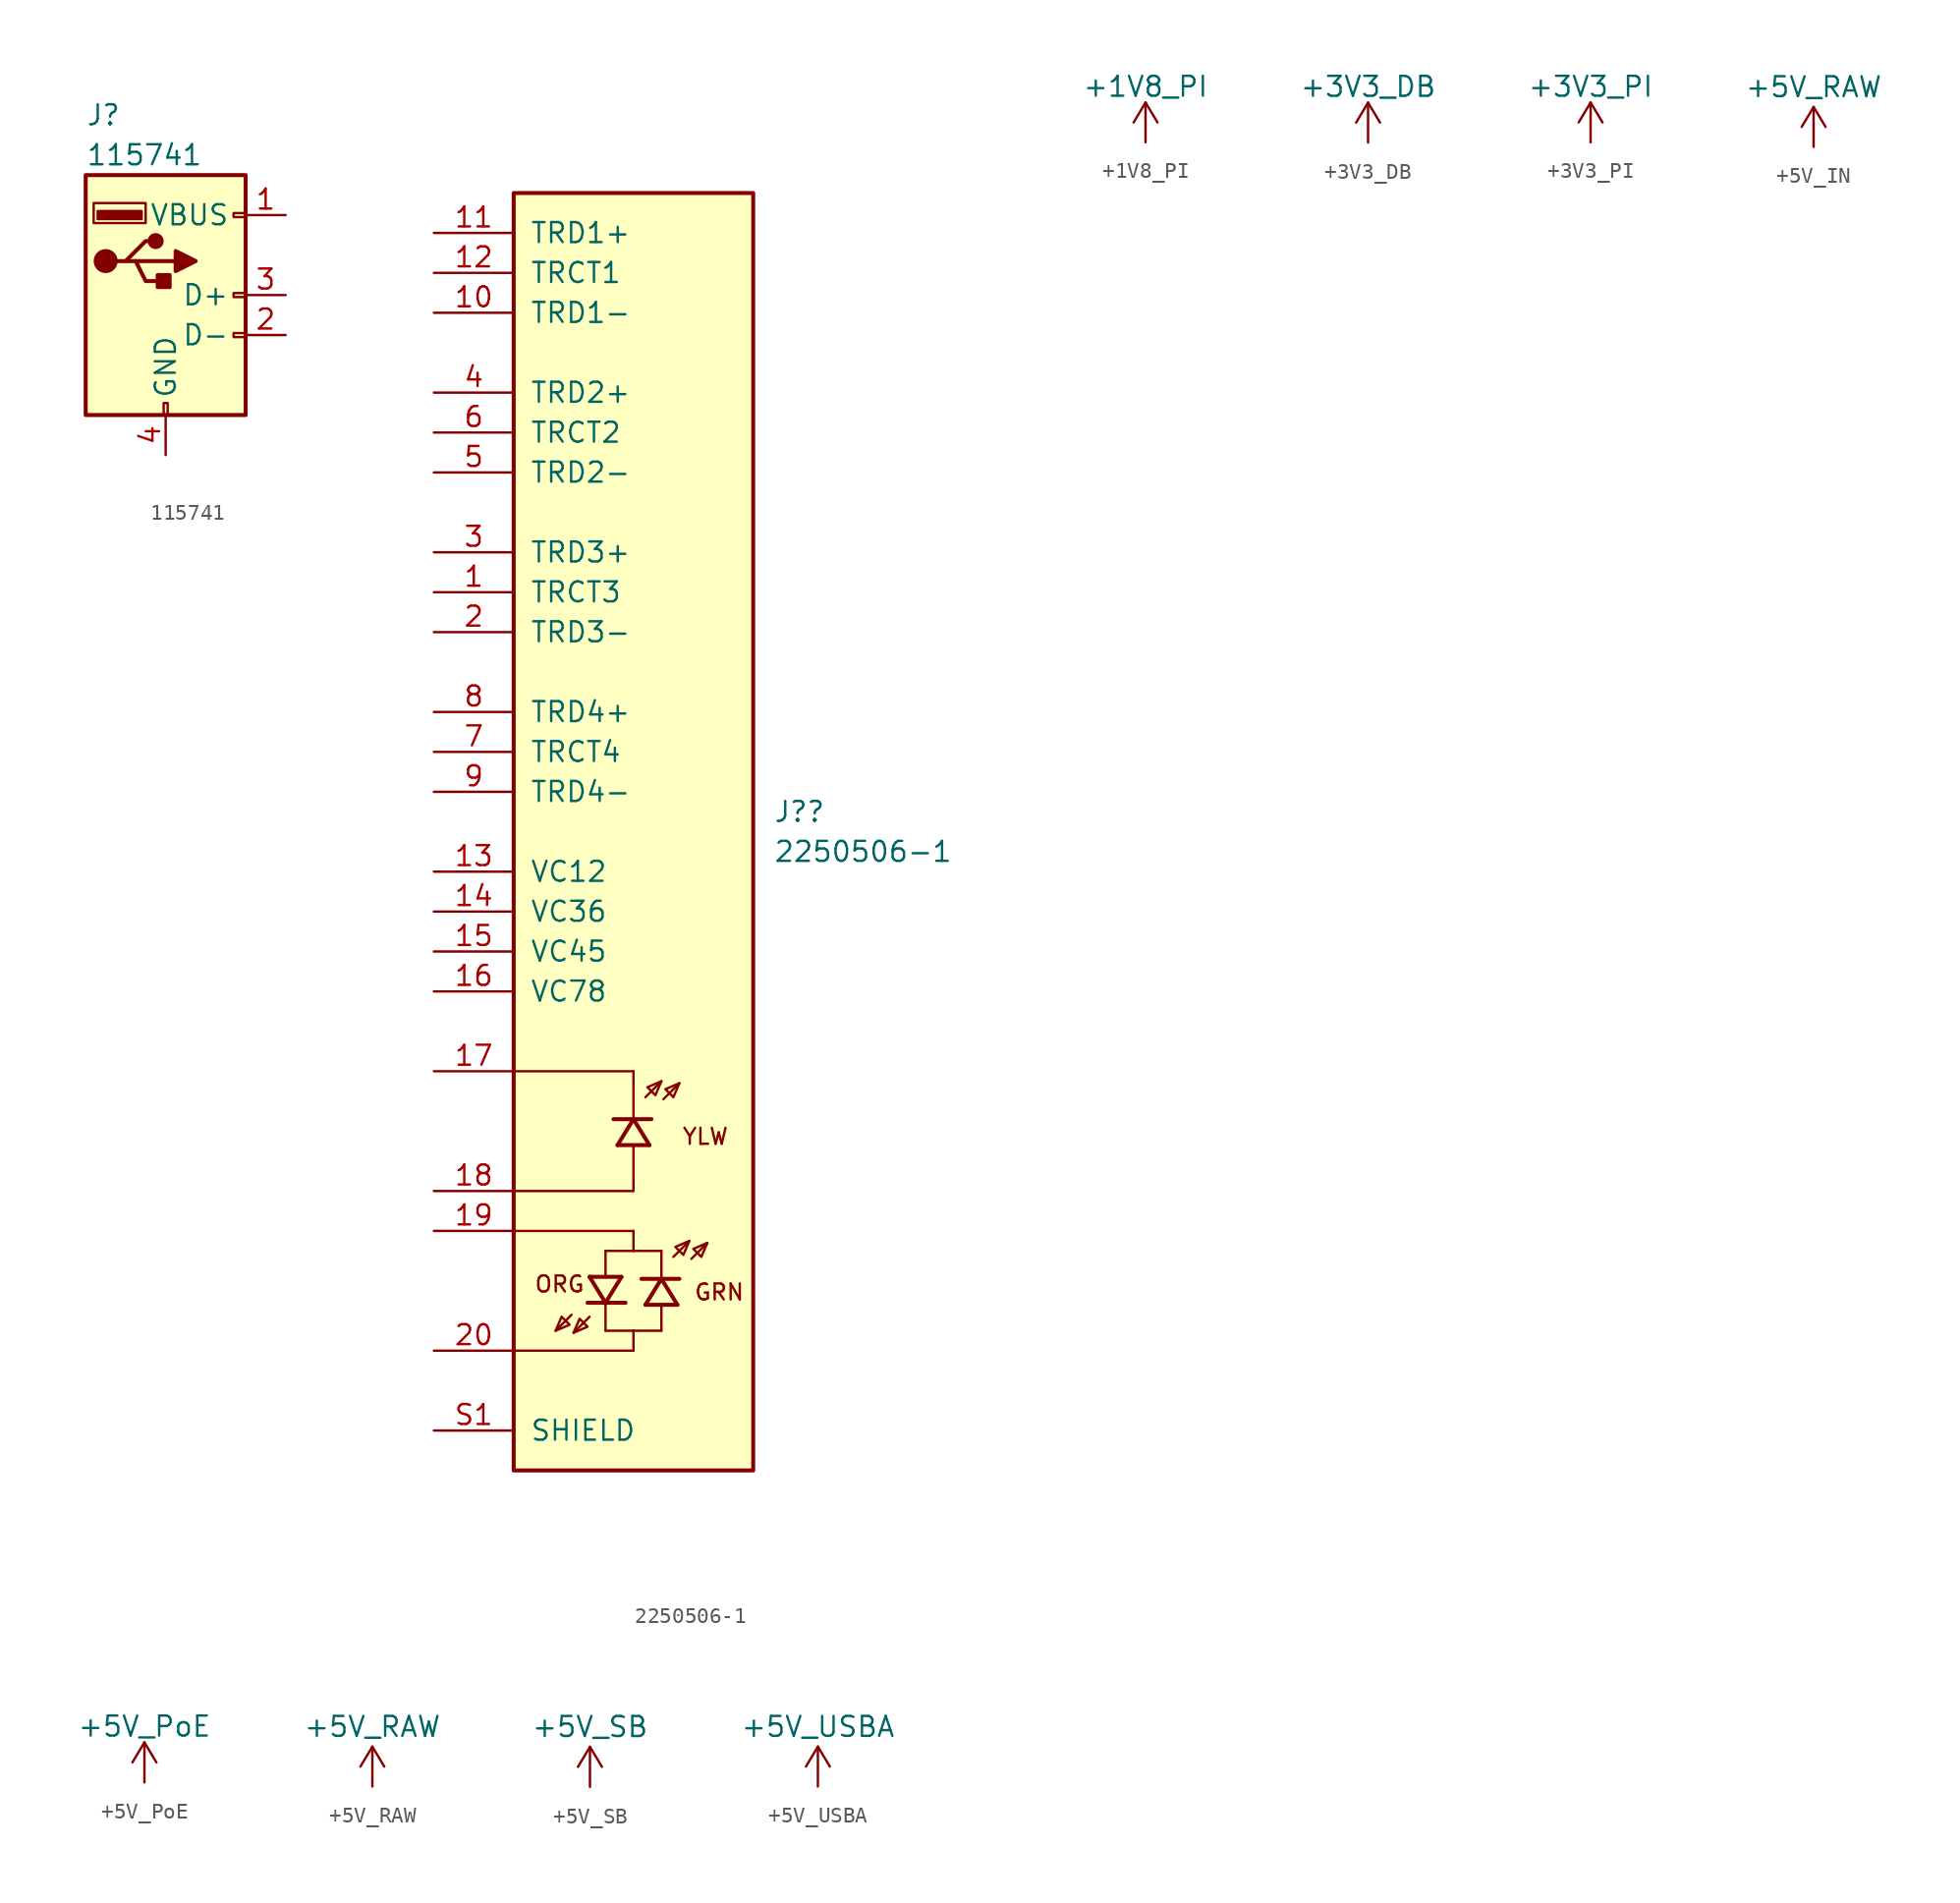
<source format=kicad_sym>
(kicad_symbol_lib
  (version 20220914)
  (generator kicad_symbol_editor)
  (symbol "115741"
    (pin_names
      (offset 1.016))
    (property "Reference" "J"
      (at -5.08 11.43 0)
      (effects (font (size 1.27 1.27)) (justify left)))
    (property "Value" "115741"
      (at -5.08 8.89 0)
      (effects (font (size 1.27 1.27)) (justify left)))
    (symbol "115741_0_1"
      (rectangle (start -5.08 -7.62) (end 5.08 7.62) (stroke (width 0.254) (type default)) (fill (type background)))
      (circle (center -3.81 2.159) (radius 0.635) (stroke (width 0.254) (type default)) (fill (type outline)))
      (rectangle (start -1.524 4.826) (end -4.318 5.334) (stroke (width 0) (type default)) (fill (type outline)))
      (rectangle (start -1.27 4.572) (end -4.572 5.842) (stroke (width 0) (type default)) (fill (type none)))
      (circle (center -0.635 3.429) (radius 0.381) (stroke (width 0.254) (type default)) (fill (type outline)))
      (rectangle (start -0.127 -7.62) (end 0.127 -6.858) (stroke (width 0) (type default)) (fill (type none)))
      (polyline (pts (xy -3.175 2.159) (xy -2.54 2.159) (xy -1.27 3.429) (xy -0.635 3.429)) (stroke (width 0.254) (type default)) (fill (type none)))
      (polyline (pts (xy -2.54 2.159) (xy -1.905 2.159) (xy -1.27 0.889) (xy 0 0.889)) (stroke (width 0.254) (type default)) (fill (type none)))
      (polyline (pts (xy 0.635 2.794) (xy 0.635 1.524) (xy 1.905 2.159) (xy 0.635 2.794)) (stroke (width 0.254) (type default)) (fill (type outline)))
      (rectangle (start 0.254 1.27) (end -0.508 0.508) (stroke (width 0.254) (type default)) (fill (type outline)))
      (rectangle (start 5.08 -2.667) (end 4.318 -2.413) (stroke (width 0) (type default)) (fill (type none)))
      (rectangle (start 5.08 -0.127) (end 4.318 0.127) (stroke (width 0) (type default)) (fill (type none)))
      (rectangle (start 5.08 4.953) (end 4.318 5.207) (stroke (width 0) (type default)) (fill (type none))))
    (symbol "115741_1_1"
      (polyline (pts (xy -1.905 2.159) (xy 0.635 2.159)) (stroke (width 0.254) (type default)) (fill (type none)))
      (pin power_in line (at 7.62 5.08 180) (length 2.54) (name "VBUS" (effects (font (size 1.27 1.27)))) (number "1" (effects (font (size 1.27 1.27)))))
      (pin bidirectional line (at 7.62 -2.54 180) (length 2.54) (name "D-" (effects (font (size 1.27 1.27)))) (number "2" (effects (font (size 1.27 1.27)))))
      (pin bidirectional line (at 7.62 0 180) (length 2.54) (name "D+" (effects (font (size 1.27 1.27)))) (number "3" (effects (font (size 1.27 1.27)))))
      (pin power_in line (at 0 -10.16 90) (length 2.54) (name "GND" (effects (font (size 1.27 1.27)))) (number "4" (effects (font (size 1.27 1.27)))))))
  (symbol "2250506-1"
    (pin_names
      (offset 1.016))
    (property "Reference" "J?"
      (at 8.89 1.27 0)
      (effects (font (size 1.27 1.27)) (justify left)))
    (property "Value" "2250506-1"
      (at 8.89 -1.27 0)
      (effects (font (size 1.27 1.27)) (justify left)))
    (symbol "2250506-1_0_0"
      (rectangle (start -7.62 -40.64) (end 7.62 40.64) (stroke (width 0.254) (type default)) (fill (type background)))
      (polyline (pts (xy -3.937 -30.734) (xy -4.953 -31.75)) (stroke (width 0.152) (type default)) (fill (type none)))
      (polyline (pts (xy -2.921 -29.972) (xy -1.778 -29.972)) (stroke (width 0.254) (type default)) (fill (type none)))
      (polyline (pts (xy -2.794 -30.861) (xy -3.81 -31.877)) (stroke (width 0.152) (type default)) (fill (type none)))
      (polyline (pts (xy -2.794 -28.321) (xy -1.778 -29.972)) (stroke (width 0.254) (type default)) (fill (type none)))
      (polyline (pts (xy -2.794 -28.321) (xy -0.762 -28.321)) (stroke (width 0.254) (type default)) (fill (type none)))
      (polyline (pts (xy -1.778 -31.75) (xy 0 -31.75)) (stroke (width 0.152) (type default)) (fill (type none)))
      (polyline (pts (xy -1.778 -30.099) (xy -1.778 -31.75)) (stroke (width 0.152) (type default)) (fill (type none)))
      (polyline (pts (xy -1.778 -29.972) (xy -0.762 -28.321)) (stroke (width 0.254) (type default)) (fill (type none)))
      (polyline (pts (xy -1.778 -29.972) (xy -0.508 -29.972)) (stroke (width 0.254) (type default)) (fill (type none)))
      (polyline (pts (xy -1.778 -26.67) (xy -1.778 -28.194)) (stroke (width 0.152) (type default)) (fill (type none)))
      (polyline (pts (xy -1.778 -26.67) (xy 0 -26.67)) (stroke (width 0.152) (type default)) (fill (type none)))
      (polyline (pts (xy 0 -33.02) (xy -7.62 -33.02)) (stroke (width 0.152) (type default)) (fill (type none)))
      (polyline (pts (xy 0 -31.75) (xy 0 -33.02)) (stroke (width 0.152) (type default)) (fill (type none)))
      (polyline (pts (xy 0 -31.75) (xy 1.778 -31.75)) (stroke (width 0.152) (type default)) (fill (type none)))
      (polyline (pts (xy 0 -26.67) (xy 0 -25.4)) (stroke (width 0.152) (type default)) (fill (type none)))
      (polyline (pts (xy 0 -26.67) (xy 1.778 -26.67)) (stroke (width 0.152) (type default)) (fill (type none)))
      (polyline (pts (xy 0 -25.4) (xy -7.62 -25.4)) (stroke (width 0.152) (type default)) (fill (type none)))
      (polyline (pts (xy 0 -22.86) (xy -7.62 -22.86)) (stroke (width 0.152) (type default)) (fill (type none)))
      (polyline (pts (xy 0 -22.86) (xy 0 -20.066)) (stroke (width 0.152) (type default)) (fill (type none)))
      (polyline (pts (xy 0 -18.288) (xy -1.27 -18.288)) (stroke (width 0.254) (type default)) (fill (type none)))
      (polyline (pts (xy 0 -18.288) (xy -1.016 -19.939)) (stroke (width 0.254) (type default)) (fill (type none)))
      (polyline (pts (xy 0 -18.161) (xy 0 -15.24)) (stroke (width 0.152) (type default)) (fill (type none)))
      (polyline (pts (xy 0 -15.24) (xy -7.62 -15.24)) (stroke (width 0.152) (type default)) (fill (type none)))
      (polyline (pts (xy 0.762 -16.891) (xy 1.778 -15.875)) (stroke (width 0.152) (type default)) (fill (type none)))
      (polyline (pts (xy 1.016 -19.939) (xy -1.016 -19.939)) (stroke (width 0.254) (type default)) (fill (type none)))
      (polyline (pts (xy 1.016 -19.939) (xy 0 -18.288)) (stroke (width 0.254) (type default)) (fill (type none)))
      (polyline (pts (xy 1.143 -18.288) (xy 0 -18.288)) (stroke (width 0.254) (type default)) (fill (type none)))
      (polyline (pts (xy 1.778 -31.75) (xy 1.778 -30.226)) (stroke (width 0.152) (type default)) (fill (type none)))
      (polyline (pts (xy 1.778 -28.448) (xy 0.508 -28.448)) (stroke (width 0.254) (type default)) (fill (type none)))
      (polyline (pts (xy 1.778 -28.448) (xy 0.762 -30.099)) (stroke (width 0.254) (type default)) (fill (type none)))
      (polyline (pts (xy 1.778 -28.321) (xy 1.778 -26.67)) (stroke (width 0.152) (type default)) (fill (type none)))
      (polyline (pts (xy 1.905 -17.018) (xy 2.921 -16.002)) (stroke (width 0.152) (type default)) (fill (type none)))
      (polyline (pts (xy 2.54 -27.051) (xy 3.556 -26.035)) (stroke (width 0.152) (type default)) (fill (type none)))
      (polyline (pts (xy 2.794 -30.099) (xy 0.762 -30.099)) (stroke (width 0.254) (type default)) (fill (type none)))
      (polyline (pts (xy 2.794 -30.099) (xy 1.778 -28.448)) (stroke (width 0.254) (type default)) (fill (type none)))
      (polyline (pts (xy 2.921 -28.448) (xy 1.778 -28.448)) (stroke (width 0.254) (type default)) (fill (type none)))
      (polyline (pts (xy 3.683 -27.178) (xy 4.699 -26.162)) (stroke (width 0.152) (type default)) (fill (type none)))
      (polyline (pts (xy -4.953 -31.75) (xy -4.064 -31.369) (xy -4.572 -30.861) (xy -4.953 -31.75)) (stroke (width 0.152) (type default)) (fill (type background)))
      (polyline (pts (xy -3.81 -31.877) (xy -2.921 -31.496) (xy -3.429 -30.988) (xy -3.81 -31.877)) (stroke (width 0.152) (type default)) (fill (type background)))
      (polyline (pts (xy 1.778 -15.875) (xy 0.889 -16.256) (xy 1.397 -16.764) (xy 1.778 -15.875)) (stroke (width 0.152) (type default)) (fill (type background)))
      (polyline (pts (xy 2.921 -16.002) (xy 2.032 -16.383) (xy 2.54 -16.891) (xy 2.921 -16.002)) (stroke (width 0.152) (type default)) (fill (type background)))
      (polyline (pts (xy 3.556 -26.035) (xy 2.667 -26.416) (xy 3.175 -26.924) (xy 3.556 -26.035)) (stroke (width 0.152) (type default)) (fill (type background)))
      (polyline (pts (xy 4.699 -26.162) (xy 3.81 -26.543) (xy 4.318 -27.051) (xy 4.699 -26.162)) (stroke (width 0.152) (type default)) (fill (type background)))
      (text "GRN" (at 3.81 -28.702 0) (effects (font (size 1.016 1.016)) (justify left top)))
      (text "ORG" (at -6.35 -28.194 0) (effects (font (size 1.016 1.016)) (justify left top)))
      (text "YLW" (at 3.048 -18.796 0) (effects (font (size 1.016 1.016)) (justify left top)))
      (pin passive line (at -12.7 15.24 0) (length 5.08) (name "TRCT3" (effects (font (size 1.27 1.27)))) (number "1" (effects (font (size 1.27 1.27)))))
      (pin passive line (at -12.7 33.02 0) (length 5.08) (name "TRD1-" (effects (font (size 1.27 1.27)))) (number "10" (effects (font (size 1.27 1.27)))))
      (pin passive line (at -12.7 38.1 0) (length 5.08) (name "TRD1+" (effects (font (size 1.27 1.27)))) (number "11" (effects (font (size 1.27 1.27)))))
      (pin passive line (at -12.7 35.56 0) (length 5.08) (name "TRCT1" (effects (font (size 1.27 1.27)))) (number "12" (effects (font (size 1.27 1.27)))))
      (pin passive line (at -12.7 -2.54 0) (length 5.08) (name "VC12" (effects (font (size 1.27 1.27)))) (number "13" (effects (font (size 1.27 1.27)))))
      (pin passive line (at -12.7 -5.08 0) (length 5.08) (name "VC36" (effects (font (size 1.27 1.27)))) (number "14" (effects (font (size 1.27 1.27)))))
      (pin passive line (at -12.7 -7.62 0) (length 5.08) (name "VC45" (effects (font (size 1.27 1.27)))) (number "15" (effects (font (size 1.27 1.27)))))
      (pin passive line (at -12.7 -10.16 0) (length 5.08) (name "VC78" (effects (font (size 1.27 1.27)))) (number "16" (effects (font (size 1.27 1.27)))))
      (pin passive line (at -12.7 -15.24 0) (length 5.08) (name "~" (effects (font (size 1.27 1.27)))) (number "17" (effects (font (size 1.27 1.27)))))
      (pin passive line (at -12.7 -22.86 0) (length 5.08) (name "~" (effects (font (size 1.27 1.27)))) (number "18" (effects (font (size 1.27 1.27)))))
      (pin passive line (at -12.7 -25.4 0) (length 5.08) (name "~" (effects (font (size 1.27 1.27)))) (number "19" (effects (font (size 1.27 1.27)))))
      (pin passive line (at -12.7 12.7 0) (length 5.08) (name "TRD3-" (effects (font (size 1.27 1.27)))) (number "2" (effects (font (size 1.27 1.27)))))
      (pin passive line (at -12.7 -33.02 0) (length 5.08) (name "~" (effects (font (size 1.27 1.27)))) (number "20" (effects (font (size 1.27 1.27)))))
      (pin passive line (at -12.7 17.78 0) (length 5.08) (name "TRD3+" (effects (font (size 1.27 1.27)))) (number "3" (effects (font (size 1.27 1.27)))))
      (pin passive line (at -12.7 27.94 0) (length 5.08) (name "TRD2+" (effects (font (size 1.27 1.27)))) (number "4" (effects (font (size 1.27 1.27)))))
      (pin passive line (at -12.7 22.86 0) (length 5.08) (name "TRD2-" (effects (font (size 1.27 1.27)))) (number "5" (effects (font (size 1.27 1.27)))))
      (pin passive line (at -12.7 25.4 0) (length 5.08) (name "TRCT2" (effects (font (size 1.27 1.27)))) (number "6" (effects (font (size 1.27 1.27)))))
      (pin passive line (at -12.7 5.08 0) (length 5.08) (name "TRCT4" (effects (font (size 1.27 1.27)))) (number "7" (effects (font (size 1.27 1.27)))))
      (pin passive line (at -12.7 7.62 0) (length 5.08) (name "TRD4+" (effects (font (size 1.27 1.27)))) (number "8" (effects (font (size 1.27 1.27)))))
      (pin passive line (at -12.7 2.54 0) (length 5.08) (name "TRD4-" (effects (font (size 1.27 1.27)))) (number "9" (effects (font (size 1.27 1.27)))))
      (pin passive line (at -12.7 -38.1 0) (length 5.08) (name "SHIELD" (effects (font (size 1.27 1.27)))) (number "S1" (effects (font (size 1.27 1.27)))))
      (pin passive line (at -12.7 -38.1 0) (length 5.08) hide (name "SHIELD" (effects (font (size 1.27 1.27)))) (number "S2" (effects (font (size 1.27 1.27)))))))
  (symbol "+1V8_PI"
    (power)
    (pin_names
      (offset 0))
    (property "Reference" "#PWR"
      (at 0 -3.81 0)
      (effects (font (size 1.27 1.27)) hide))
    (property "Value" "+1V8_PI"
      (at 0 3.556 0)
      (effects (font (size 1.27 1.27))))
    (symbol "+1V8_PI_0_1"
      (polyline (pts (xy -0.762 1.27) (xy 0 2.54)) (stroke (width 0) (type default)) (fill (type none)))
      (polyline (pts (xy 0 0) (xy 0 2.54)) (stroke (width 0) (type default)) (fill (type none)))
      (polyline (pts (xy 0 2.54) (xy 0.762 1.27)) (stroke (width 0) (type default)) (fill (type none))))
    (symbol "+1V8_PI_1_1"
      (pin power_in line (at 0 0 90) (length 0) hide (name "+1V8_PI" (effects (font (size 1.27 1.27)))) (number "1" (effects (font (size 1.27 1.27)))))))
  (symbol "+3V3_DB"
    (power)
    (pin_names
      (offset 0))
    (property "Reference" "#PWR"
      (at 0 -3.81 0)
      (effects (font (size 1.27 1.27)) hide))
    (property "Value" "+3V3_DB"
      (at 0 3.556 0)
      (effects (font (size 1.27 1.27))))
    (symbol "+3V3_DB_0_1"
      (polyline (pts (xy -0.762 1.27) (xy 0 2.54)) (stroke (width 0) (type default)) (fill (type none)))
      (polyline (pts (xy 0 0) (xy 0 2.54)) (stroke (width 0) (type default)) (fill (type none)))
      (polyline (pts (xy 0 2.54) (xy 0.762 1.27)) (stroke (width 0) (type default)) (fill (type none))))
    (symbol "+3V3_DB_1_1"
      (pin power_in line (at 0 0 90) (length 0) hide (name "+3V3_DB" (effects (font (size 1.27 1.27)))) (number "1" (effects (font (size 1.27 1.27)))))))
  (symbol "+3V3_PI"
    (power)
    (pin_names
      (offset 0))
    (property "Reference" "#PWR"
      (at 0 -3.81 0)
      (effects (font (size 1.27 1.27)) hide))
    (property "Value" "+3V3_PI"
      (at 0 3.556 0)
      (effects (font (size 1.27 1.27))))
    (symbol "+3V3_PI_0_1"
      (polyline (pts (xy -0.762 1.27) (xy 0 2.54)) (stroke (width 0) (type default)) (fill (type none)))
      (polyline (pts (xy 0 0) (xy 0 2.54)) (stroke (width 0) (type default)) (fill (type none)))
      (polyline (pts (xy 0 2.54) (xy 0.762 1.27)) (stroke (width 0) (type default)) (fill (type none))))
    (symbol "+3V3_PI_1_1"
      (pin power_in line (at 0 0 90) (length 0) hide (name "+3V3_PI" (effects (font (size 1.27 1.27)))) (number "1" (effects (font (size 1.27 1.27)))))))
  (symbol "+5V_IN"
    (power)
    (pin_names
      (offset 0))
    (property "Reference" "#PWR?"
      (at 0 -3.81 0)
      (effects (font (size 1.27 1.27)) hide))
    (property "Value" "+5V_RAW"
      (at 0 3.81 0)
      (effects (font (size 1.27 1.27))))
    (symbol "+5V_IN_0_1"
      (polyline (pts (xy -0.762 1.27) (xy 0 2.54)) (stroke (width 0) (type default)) (fill (type none)))
      (polyline (pts (xy 0 0) (xy 0 2.54)) (stroke (width 0) (type default)) (fill (type none)))
      (polyline (pts (xy 0 2.54) (xy 0.762 1.27)) (stroke (width 0) (type default)) (fill (type none))))
    (symbol "+5V_IN_1_1"
      (pin power_in line (at 0 0 90) (length 0) hide (name "+5V_RAW" (effects (font (size 1.27 1.27)))) (number "1" (effects (font (size 1.27 1.27)))))))
  (symbol "+5V_PoE"
    (power)
    (pin_names
      (offset 0))
    (property "Reference" "#PWR"
      (at 0 -3.81 0)
      (effects (font (size 1.27 1.27)) hide))
    (property "Value" "+5V_PoE"
      (at 0 3.556 0)
      (effects (font (size 1.27 1.27))))
    (symbol "+5V_PoE_0_1"
      (polyline (pts (xy -0.762 1.27) (xy 0 2.54)) (stroke (width 0) (type default)) (fill (type none)))
      (polyline (pts (xy 0 0) (xy 0 2.54)) (stroke (width 0) (type default)) (fill (type none)))
      (polyline (pts (xy 0 2.54) (xy 0.762 1.27)) (stroke (width 0) (type default)) (fill (type none))))
    (symbol "+5V_PoE_1_1"
      (pin power_in line (at 0 0 90) (length 0) hide (name "+5V_PoE" (effects (font (size 1.27 1.27)))) (number "1" (effects (font (size 1.27 1.27)))))))
  (symbol "+5V_RAW"
    (power)
    (pin_names
      (offset 0))
    (property "Reference" "#PWR?"
      (at 0 -3.81 0)
      (effects (font (size 1.27 1.27)) hide))
    (property "Value" "+5V_RAW"
      (at 0 3.81 0)
      (effects (font (size 1.27 1.27))))
    (symbol "+5V_RAW_0_1"
      (polyline (pts (xy -0.762 1.27) (xy 0 2.54)) (stroke (width 0) (type default)) (fill (type none)))
      (polyline (pts (xy 0 0) (xy 0 2.54)) (stroke (width 0) (type default)) (fill (type none)))
      (polyline (pts (xy 0 2.54) (xy 0.762 1.27)) (stroke (width 0) (type default)) (fill (type none))))
    (symbol "+5V_RAW_1_1"
      (pin power_in line (at 0 0 90) (length 0) hide (name "+5V_RAW" (effects (font (size 1.27 1.27)))) (number "1" (effects (font (size 1.27 1.27)))))))
  (symbol "+5V_SB"
    (power)
    (pin_names
      (offset 0))
    (property "Reference" "#PWR?"
      (at 0 -3.81 0)
      (effects (font (size 1.27 1.27)) hide))
    (property "Value" "+5V_SB"
      (at 0 3.81 0)
      (effects (font (size 1.27 1.27))))
    (symbol "+5V_SB_0_1"
      (polyline (pts (xy -0.762 1.27) (xy 0 2.54)) (stroke (width 0) (type default)) (fill (type none)))
      (polyline (pts (xy 0 0) (xy 0 2.54)) (stroke (width 0) (type default)) (fill (type none)))
      (polyline (pts (xy 0 2.54) (xy 0.762 1.27)) (stroke (width 0) (type default)) (fill (type none))))
    (symbol "+5V_SB_1_1"
      (pin power_in line (at 0 0 90) (length 0) hide (name "+5V_SB" (effects (font (size 1.27 1.27)))) (number "1" (effects (font (size 1.27 1.27)))))))
  (symbol "+5V_USBA"
    (power)
    (pin_names
      (offset 0))
    (property "Reference" "#PWR?"
      (at 0 -3.81 0)
      (effects (font (size 1.27 1.27)) hide))
    (property "Value" "+5V_USBA"
      (at 0 3.81 0)
      (effects (font (size 1.27 1.27))))
    (symbol "+5V_USBA_0_1"
      (polyline (pts (xy -0.762 1.27) (xy 0 2.54)) (stroke (width 0) (type default)) (fill (type none)))
      (polyline (pts (xy 0 0) (xy 0 2.54)) (stroke (width 0) (type default)) (fill (type none)))
      (polyline (pts (xy 0 2.54) (xy 0.762 1.27)) (stroke (width 0) (type default)) (fill (type none))))
    (symbol "+5V_USBA_1_1"
      (pin power_in line (at 0 0 90) (length 0) hide (name "+5V_USBA" (effects (font (size 1.27 1.27)))) (number "1" (effects (font (size 1.27 1.27))))))))
</source>
